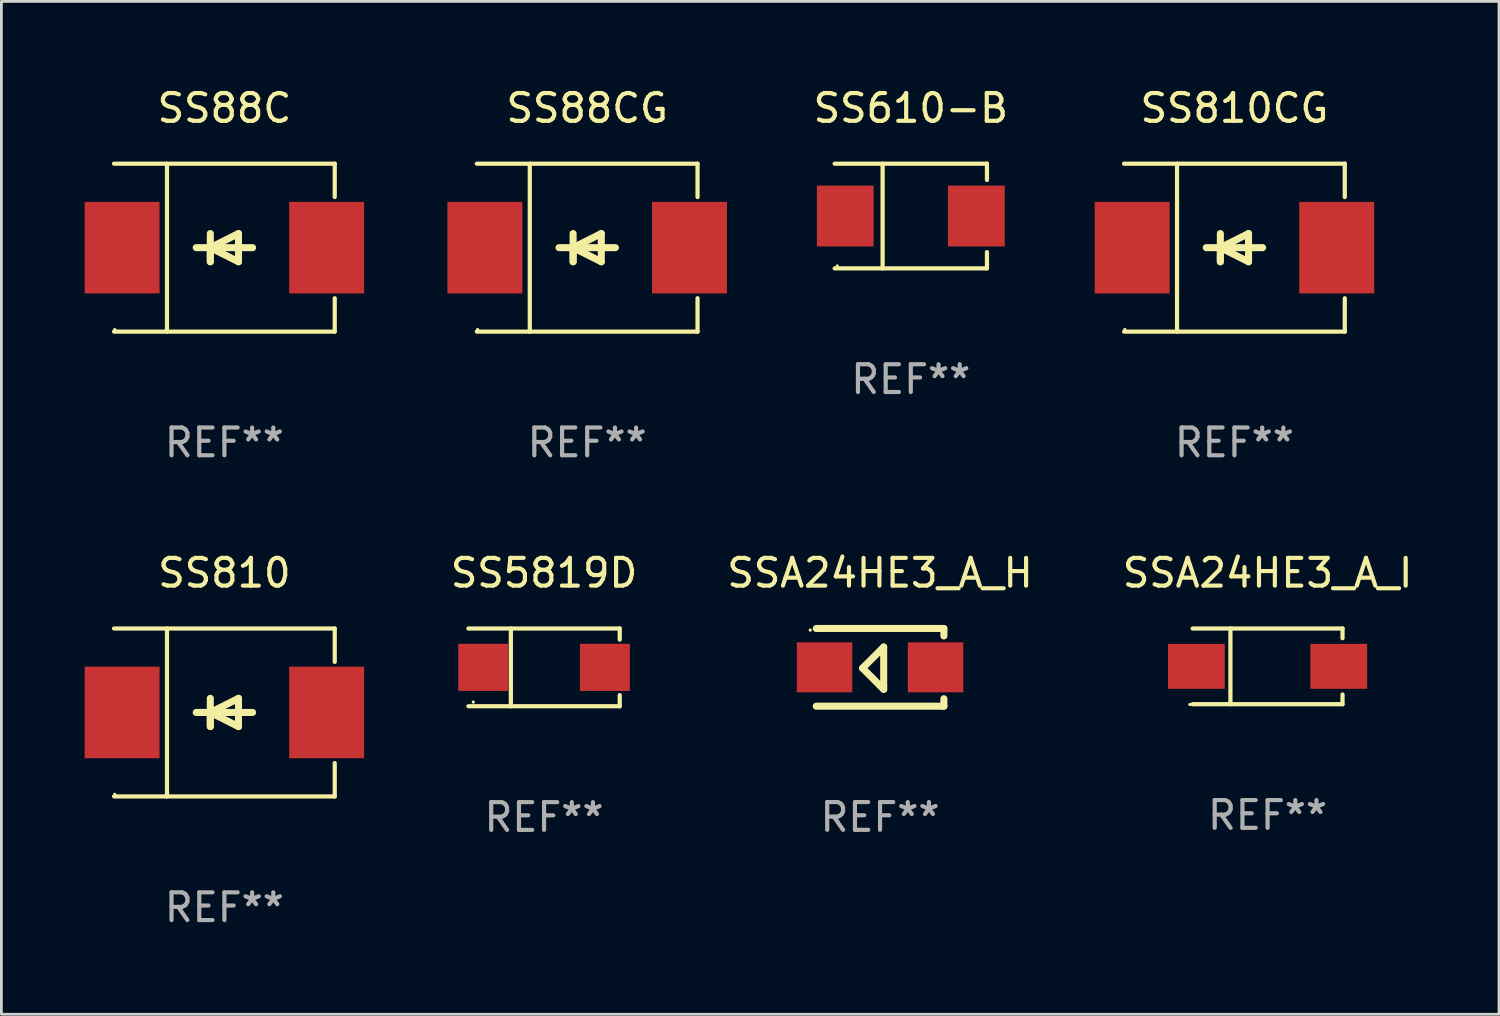
<source format=kicad_pcb>
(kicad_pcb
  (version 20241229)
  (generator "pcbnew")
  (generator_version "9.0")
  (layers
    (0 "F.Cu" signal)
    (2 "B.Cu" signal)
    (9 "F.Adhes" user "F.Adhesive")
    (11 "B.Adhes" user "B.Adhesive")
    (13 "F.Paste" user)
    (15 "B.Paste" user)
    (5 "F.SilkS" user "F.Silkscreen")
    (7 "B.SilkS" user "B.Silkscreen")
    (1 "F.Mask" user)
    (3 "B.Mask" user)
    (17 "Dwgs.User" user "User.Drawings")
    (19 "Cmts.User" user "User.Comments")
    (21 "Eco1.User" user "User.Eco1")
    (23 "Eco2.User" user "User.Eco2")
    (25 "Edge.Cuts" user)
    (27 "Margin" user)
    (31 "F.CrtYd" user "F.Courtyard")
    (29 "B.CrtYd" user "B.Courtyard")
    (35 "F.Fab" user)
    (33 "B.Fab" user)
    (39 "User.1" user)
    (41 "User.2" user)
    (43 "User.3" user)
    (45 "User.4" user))
  (footprint "SS88CG"
    (layer "F.Cu")
    (at 18.109 5.874)
    (property "Reference" "SS88CG" (at 0 -5.026 0) (layer "F.SilkS") (effects (font (size 1 1) (thickness 0.15))))
    (attr through_hole)
    (fp_line (start -3.976 -3.026) (end 3.976 -3.026) (stroke (width 0.152) (type solid)) (layer "F.SilkS"))
    (fp_line (start -3.976 3.026) (end 3.976 3.026) (stroke (width 0.152) (type solid)) (layer "F.SilkS"))
    (fp_line (start -2.069 -3.026) (end -2.069 3.026) (stroke (width 0.152) (type solid)) (layer "F.SilkS"))
    (fp_line (start -0.508 0) (end -0.508 0.508) (stroke (width 0.254) (type solid)) (layer "F.SilkS"))
    (fp_line (start -0.508 0) (end 0.508 0.508) (stroke (width 0.254) (type solid)) (layer "F.SilkS"))
    (fp_line (start -0.508 0.508) (end -0.508 -0.508) (stroke (width 0.254) (type solid)) (layer "F.SilkS"))
    (fp_line (start 0.508 -0.508) (end -0.508 0) (stroke (width 0.254) (type solid)) (layer "F.SilkS"))
    (fp_line (start 0.508 0.508) (end 0.508 -0.508) (stroke (width 0.254) (type solid)) (layer "F.SilkS"))
    (fp_line (start 1.016 0) (end -1.016 0) (stroke (width 0.254) (type solid)) (layer "F.SilkS"))
    (fp_line (start 3.976 -3.026) (end 3.976 -1.823) (stroke (width 0.152) (type solid)) (layer "F.SilkS"))
    (fp_line (start 3.976 3.026) (end 3.976 1.823) (stroke (width 0.152) (type solid)) (layer "F.SilkS"))
    (fp_circle (center -3.95 2.95) (end -3.92 2.95) (stroke (width 0.06) (type solid)) (fill no) (layer "F.SilkS"))
    (fp_text user "REF**" (at 0 7.026 0) (layer "F.Fab") (effects (font (size 1 1) (thickness 0.15))))
    (pad "1" smd rect (at -3.686 0) (size 2.7 3.3) (layers "F.Cu" "F.Mask" "F.Paste"))
    (pad "2" smd rect (at 3.686 0) (size 2.7 3.3) (layers "F.Cu" "F.Mask" "F.Paste")))
  (footprint "SS88C"
    (layer "F.Cu")
    (at 5.036 5.874)
    (property "Reference" "SS88C" (at 0 -5.026 0) (layer "F.SilkS") (effects (font (size 1 1) (thickness 0.15))))
    (attr through_hole)
    (fp_line (start -3.976 -3.026) (end 3.976 -3.026) (stroke (width 0.152) (type solid)) (layer "F.SilkS"))
    (fp_line (start -3.976 3.026) (end 3.976 3.026) (stroke (width 0.152) (type solid)) (layer "F.SilkS"))
    (fp_line (start -2.069 -3.026) (end -2.069 3.026) (stroke (width 0.152) (type solid)) (layer "F.SilkS"))
    (fp_line (start -0.508 0) (end -0.508 0.508) (stroke (width 0.254) (type solid)) (layer "F.SilkS"))
    (fp_line (start -0.508 0) (end 0.508 0.508) (stroke (width 0.254) (type solid)) (layer "F.SilkS"))
    (fp_line (start -0.508 0.508) (end -0.508 -0.508) (stroke (width 0.254) (type solid)) (layer "F.SilkS"))
    (fp_line (start 0.508 -0.508) (end -0.508 0) (stroke (width 0.254) (type solid)) (layer "F.SilkS"))
    (fp_line (start 0.508 0.508) (end 0.508 -0.508) (stroke (width 0.254) (type solid)) (layer "F.SilkS"))
    (fp_line (start 1.016 0) (end -1.016 0) (stroke (width 0.254) (type solid)) (layer "F.SilkS"))
    (fp_line (start 3.976 -3.026) (end 3.976 -1.823) (stroke (width 0.152) (type solid)) (layer "F.SilkS"))
    (fp_line (start 3.976 3.026) (end 3.976 1.823) (stroke (width 0.152) (type solid)) (layer "F.SilkS"))
    (fp_circle (center -3.95 2.95) (end -3.92 2.95) (stroke (width 0.06) (type solid)) (fill no) (layer "F.SilkS"))
    (fp_text user "REF**" (at 0 7.026 0) (layer "F.Fab") (effects (font (size 1 1) (thickness 0.15))))
    (pad "1" smd rect (at -3.686 0) (size 2.7 3.3) (layers "F.Cu" "F.Mask" "F.Paste"))
    (pad "2" smd rect (at 3.686 0) (size 2.7 3.3) (layers "F.Cu" "F.Mask" "F.Paste")))
  (footprint "SS810"
    (layer "F.Cu")
    (at 5.036 22.623)
    (property "Reference" "SS810" (at 0 -5.026 0) (layer "F.SilkS") (effects (font (size 1 1) (thickness 0.15))))
    (attr through_hole)
    (fp_line (start -3.976 -3.026) (end 3.976 -3.026) (stroke (width 0.152) (type solid)) (layer "F.SilkS"))
    (fp_line (start -3.976 3.026) (end 3.976 3.026) (stroke (width 0.152) (type solid)) (layer "F.SilkS"))
    (fp_line (start -2.069 -3.026) (end -2.069 3.026) (stroke (width 0.152) (type solid)) (layer "F.SilkS"))
    (fp_line (start -0.508 0) (end -0.508 0.508) (stroke (width 0.254) (type solid)) (layer "F.SilkS"))
    (fp_line (start -0.508 0) (end 0.508 0.508) (stroke (width 0.254) (type solid)) (layer "F.SilkS"))
    (fp_line (start -0.508 0.508) (end -0.508 -0.508) (stroke (width 0.254) (type solid)) (layer "F.SilkS"))
    (fp_line (start 0.508 -0.508) (end -0.508 0) (stroke (width 0.254) (type solid)) (layer "F.SilkS"))
    (fp_line (start 0.508 0.508) (end 0.508 -0.508) (stroke (width 0.254) (type solid)) (layer "F.SilkS"))
    (fp_line (start 1.016 0) (end -1.016 0) (stroke (width 0.254) (type solid)) (layer "F.SilkS"))
    (fp_line (start 3.976 -3.026) (end 3.976 -1.823) (stroke (width 0.152) (type solid)) (layer "F.SilkS"))
    (fp_line (start 3.976 3.026) (end 3.976 1.823) (stroke (width 0.152) (type solid)) (layer "F.SilkS"))
    (fp_circle (center -3.95 2.95) (end -3.92 2.95) (stroke (width 0.06) (type solid)) (fill no) (layer "F.SilkS"))
    (fp_text user "REF**" (at 0 7.026 0) (layer "F.Fab") (effects (font (size 1 1) (thickness 0.15))))
    (pad "1" smd rect (at -3.686 0) (size 2.7 3.3) (layers "F.Cu" "F.Mask" "F.Paste"))
    (pad "2" smd rect (at 3.686 0) (size 2.7 3.3) (layers "F.Cu" "F.Mask" "F.Paste")))
  (footprint "SS610-B"
    (layer "F.Cu")
    (at 29.77 4.734)
    (property "Reference" "SS610-B" (at 0 -3.886 0) (layer "F.SilkS") (effects (font (size 1 1) (thickness 0.15))))
    (attr through_hole)
    (fp_line (start -2.744 -1.886) (end 2.744 -1.886) (stroke (width 0.152) (type solid)) (layer "F.SilkS"))
    (fp_line (start -2.744 1.886) (end 2.744 1.886) (stroke (width 0.152) (type solid)) (layer "F.SilkS"))
    (fp_line (start -1.016 -1.886) (end -1.016 1.886) (stroke (width 0.152) (type solid)) (layer "F.SilkS"))
    (fp_line (start 2.744 -1.886) (end 2.744 -1.299) (stroke (width 0.152) (type solid)) (layer "F.SilkS"))
    (fp_line (start 2.744 1.886) (end 2.744 1.299) (stroke (width 0.152) (type solid)) (layer "F.SilkS"))
    (fp_circle (center -2.65 1.8) (end -2.62 1.8) (stroke (width 0.06) (type solid)) (fill no) (layer "F.SilkS"))
    (fp_text user "REF**" (at 0 5.886 0) (layer "F.Fab") (effects (font (size 1 1) (thickness 0.15))))
    (pad "1" smd rect (at -2.361 0) (size 2.047 2.192) (layers "F.Cu" "F.Mask" "F.Paste"))
    (pad "2" smd rect (at 2.361 0) (size 2.047 2.192) (layers "F.Cu" "F.Mask" "F.Paste")))
  (footprint "SSA24HE3_A_I"
    (layer "F.Cu")
    (at 42.626 20.961)
    (property "Reference" "SSA24HE3_A_I" (at 0 -3.364 0) (layer "F.SilkS") (effects (font (size 1 1) (thickness 0.15))))
    (attr through_hole)
    (fp_line (start -2.701 -1.364) (end 2.701 -1.364) (stroke (width 0.152) (type solid)) (layer "F.SilkS"))
    (fp_line (start -2.701 1.364) (end 2.701 1.364) (stroke (width 0.152) (type solid)) (layer "F.SilkS"))
    (fp_line (start -1.339 -1.364) (end -1.339 1.364) (stroke (width 0.152) (type solid)) (layer "F.SilkS"))
    (fp_line (start 2.701 -1.364) (end 2.701 -1.013) (stroke (width 0.152) (type solid)) (layer "F.SilkS"))
    (fp_line (start 2.701 1.364) (end 2.701 1.013) (stroke (width 0.152) (type solid)) (layer "F.SilkS"))
    (fp_circle (center -2.8 1.375) (end -2.77 1.375) (stroke (width 0.06) (type solid)) (fill no) (layer "F.SilkS"))
    (fp_text user "REF**" (at 0 5.364 0) (layer "F.Fab") (effects (font (size 1 1) (thickness 0.15))))
    (pad "1" smd rect (at -2.565 -0.000025) (size 2.046 1.62) (layers "F.Cu" "F.Mask" "F.Paste"))
    (pad "2" smd rect (at 2.565 -0.000025) (size 2.046 1.62) (layers "F.Cu" "F.Mask" "F.Paste")))
  (footprint "SS5819D"
    (layer "F.Cu")
    (at 16.555 20.998)
    (property "Reference" "SS5819D" (at 0 -3.401 0) (layer "F.SilkS") (effects (font (size 1 1) (thickness 0.15))))
    (attr through_hole)
    (fp_line (start -2.726 -1.401) (end 2.726 -1.401) (stroke (width 0.152) (type solid)) (layer "F.SilkS"))
    (fp_line (start -2.726 1.401) (end 2.726 1.401) (stroke (width 0.152) (type solid)) (layer "F.SilkS"))
    (fp_line (start -1.197 -1.401) (end -1.197 1.401) (stroke (width 0.152) (type solid)) (layer "F.SilkS"))
    (fp_line (start 2.726 -1.401) (end 2.726 -1) (stroke (width 0.152) (type solid)) (layer "F.SilkS"))
    (fp_line (start 2.726 1.401) (end 2.726 1) (stroke (width 0.152) (type solid)) (layer "F.SilkS"))
    (fp_circle (center -2.55 1.25) (end -2.52 1.25) (stroke (width 0.06) (type solid)) (fill no) (layer "F.SilkS"))
    (fp_text user "REF**" (at 0 5.401 0) (layer "F.Fab") (effects (font (size 1 1) (thickness 0.15))))
    (pad "1" smd rect (at -2.192 0) (size 1.8 1.7) (layers "F.Cu" "F.Mask" "F.Paste"))
    (pad "2" smd rect (at 2.192 0) (size 1.8 1.7) (layers "F.Cu" "F.Mask" "F.Paste")))
  (footprint "SS810CG"
    (layer "F.Cu")
    (at 41.432 5.874)
    (property "Reference" "SS810CG" (at 0 -5.026 0) (layer "F.SilkS") (effects (font (size 1 1) (thickness 0.15))))
    (attr through_hole)
    (fp_line (start -3.976 -3.026) (end 3.976 -3.026) (stroke (width 0.152) (type solid)) (layer "F.SilkS"))
    (fp_line (start -3.976 3.026) (end 3.976 3.026) (stroke (width 0.152) (type solid)) (layer "F.SilkS"))
    (fp_line (start -2.069 -3.026) (end -2.069 3.026) (stroke (width 0.152) (type solid)) (layer "F.SilkS"))
    (fp_line (start -0.508 0) (end -0.508 0.508) (stroke (width 0.254) (type solid)) (layer "F.SilkS"))
    (fp_line (start -0.508 0) (end 0.508 0.508) (stroke (width 0.254) (type solid)) (layer "F.SilkS"))
    (fp_line (start -0.508 0.508) (end -0.508 -0.508) (stroke (width 0.254) (type solid)) (layer "F.SilkS"))
    (fp_line (start 0.508 -0.508) (end -0.508 0) (stroke (width 0.254) (type solid)) (layer "F.SilkS"))
    (fp_line (start 0.508 0.508) (end 0.508 -0.508) (stroke (width 0.254) (type solid)) (layer "F.SilkS"))
    (fp_line (start 1.016 0) (end -1.016 0) (stroke (width 0.254) (type solid)) (layer "F.SilkS"))
    (fp_line (start 3.976 -3.026) (end 3.976 -1.823) (stroke (width 0.152) (type solid)) (layer "F.SilkS"))
    (fp_line (start 3.976 3.026) (end 3.976 1.823) (stroke (width 0.152) (type solid)) (layer "F.SilkS"))
    (fp_circle (center -3.95 2.95) (end -3.92 2.95) (stroke (width 0.06) (type solid)) (fill no) (layer "F.SilkS"))
    (fp_text user "REF**" (at 0 7.026 0) (layer "F.Fab") (effects (font (size 1 1) (thickness 0.15))))
    (pad "1" smd rect (at -3.686 0) (size 2.7 3.3) (layers "F.Cu" "F.Mask" "F.Paste"))
    (pad "2" smd rect (at 3.686 0) (size 2.7 3.3) (layers "F.Cu" "F.Mask" "F.Paste")))
  (footprint "SSA24HE3_A_H"
    (layer "F.Cu")
    (at 28.662 20.997)
    (property "Reference" "SSA24HE3_A_H" (at 0 -3.4 0) (layer "F.SilkS") (effects (font (size 1 1) (thickness 0.15))))
    (attr through_hole)
    (fp_line (start -2.3 -1.4) (end 2.3 -1.4) (stroke (width 0.254) (type solid)) (layer "F.SilkS"))
    (fp_line (start -2.3 1.4) (end 2.3 1.4) (stroke (width 0.254) (type solid)) (layer "F.SilkS"))
    (fp_line (start -0.631 0.03) (end 0.131 -0.732) (stroke (width 0.254) (type solid)) (layer "F.SilkS"))
    (fp_line (start 0.004 0.665) (end -0.631 0.03) (stroke (width 0.254) (type solid)) (layer "F.SilkS"))
    (fp_line (start 0.131 -0.732) (end 0.131 0.665) (stroke (width 0.254) (type solid)) (layer "F.SilkS"))
    (fp_line (start 0.131 0.665) (end 0.131 0.792) (stroke (width 0.254) (type solid)) (layer "F.SilkS"))
    (fp_line (start 0.131 0.792) (end 0.004 0.665) (stroke (width 0.254) (type solid)) (layer "F.SilkS"))
    (fp_line (start 2.3 -1.4) (end 2.3 -1.131) (stroke (width 0.254) (type solid)) (layer "F.SilkS"))
    (fp_line (start 2.3 1.131) (end 2.3 1.4) (stroke (width 0.254) (type solid)) (layer "F.SilkS"))
    (fp_circle (center -2.517 -1.342) (end -2.487 -1.342) (stroke (width 0.06) (type solid)) (fill no) (layer "F.SilkS"))
    (fp_text user "REF**" (at 0 5.4 0) (layer "F.Fab") (effects (font (size 1 1) (thickness 0.15))))
    (pad "1" smd rect (at -2 -0.000127) (size 2 1.8) (layers "F.Cu" "F.Mask" "F.Paste"))
    (pad "2" smd rect (at 2 -0.000127) (size 2 1.8) (layers "F.Cu" "F.Mask" "F.Paste")))
  (gr_rect
    (start -3 -3)
    (end 50.965 33.498)
    (stroke (width 0.1) (type default))
    (fill no)
    (layer "Edge.Cuts")))
</source>
